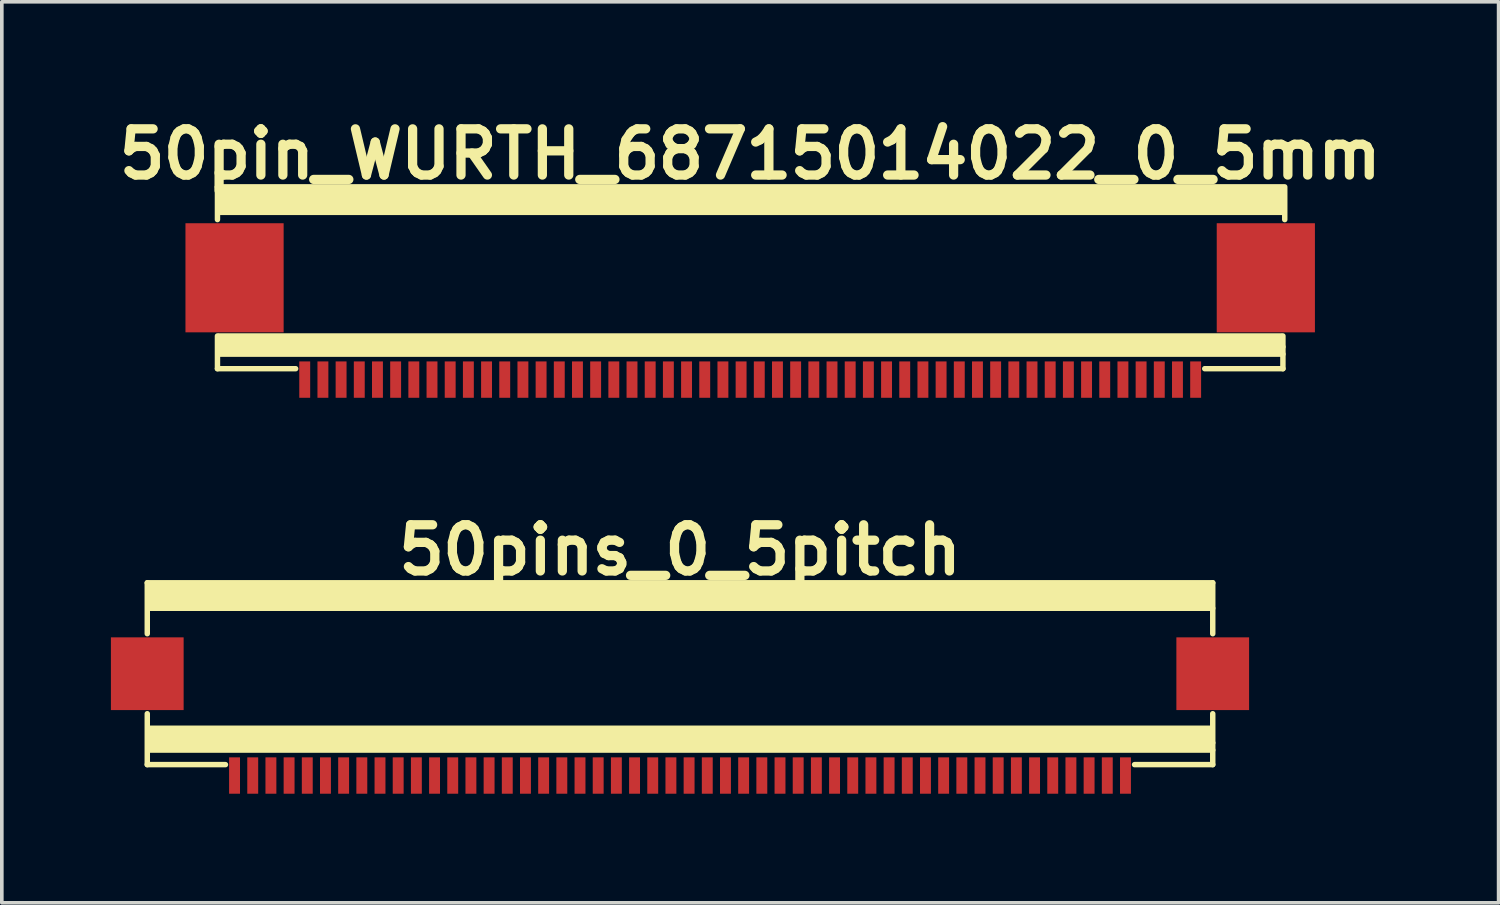
<source format=kicad_pcb>
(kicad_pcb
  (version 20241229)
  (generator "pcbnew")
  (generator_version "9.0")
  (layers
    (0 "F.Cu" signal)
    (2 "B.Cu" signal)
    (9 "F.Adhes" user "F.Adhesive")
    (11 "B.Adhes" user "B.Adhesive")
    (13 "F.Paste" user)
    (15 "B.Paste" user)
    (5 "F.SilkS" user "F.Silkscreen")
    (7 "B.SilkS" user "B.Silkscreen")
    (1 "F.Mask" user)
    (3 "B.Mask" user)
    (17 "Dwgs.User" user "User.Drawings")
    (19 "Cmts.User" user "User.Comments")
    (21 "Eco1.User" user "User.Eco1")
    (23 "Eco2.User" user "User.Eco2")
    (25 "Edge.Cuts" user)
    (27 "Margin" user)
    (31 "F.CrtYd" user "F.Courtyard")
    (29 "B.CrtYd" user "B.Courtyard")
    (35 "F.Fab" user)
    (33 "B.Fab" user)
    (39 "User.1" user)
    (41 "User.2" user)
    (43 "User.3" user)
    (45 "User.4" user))
  (footprint "50pins_0_5pitch"
    (layer "F.Cu")
    (at 15.65 15.477)
    (property "Reference" "50pins_0_5pitch" (at 0 -3.4 0) (layer "F.SilkS") (effects (font (size 1.27 1.27) (thickness 0.254))))
    (attr smd)
    (fp_line (start -14.65 -2.5) (end -14.65 -1.1) (stroke (width 0.15) (type solid)) (layer "F.SilkS"))
    (fp_line (start -14.65 2.5) (end -14.65 1.1) (stroke (width 0.15) (type solid)) (layer "F.SilkS"))
    (fp_line (start -14.65 2.5) (end -12.5 2.5) (stroke (width 0.15) (type solid)) (layer "F.SilkS"))
    (fp_line (start -14.6 -2.3) (end 14.6 -2.3) (stroke (width 0.15) (type solid)) (layer "F.SilkS"))
    (fp_line (start -14.6 -2.1) (end 14.6 -2.1) (stroke (width 0.15) (type solid)) (layer "F.SilkS"))
    (fp_line (start -14.6 -1.9) (end 14.6 -1.9) (stroke (width 0.15) (type solid)) (layer "F.SilkS"))
    (fp_line (start -14.6 1.6) (end 14.6 1.6) (stroke (width 0.15) (type solid)) (layer "F.SilkS"))
    (fp_line (start -14.6 1.8) (end 14.6 1.8) (stroke (width 0.15) (type solid)) (layer "F.SilkS"))
    (fp_line (start 14.6 -2.4) (end -14.6 -2.4) (stroke (width 0.15) (type solid)) (layer "F.SilkS"))
    (fp_line (start 14.6 -2.2) (end -14.6 -2.2) (stroke (width 0.15) (type solid)) (layer "F.SilkS"))
    (fp_line (start 14.6 -2) (end -14.6 -2) (stroke (width 0.15) (type solid)) (layer "F.SilkS"))
    (fp_line (start 14.6 1.5) (end -14.6 1.5) (stroke (width 0.15) (type solid)) (layer "F.SilkS"))
    (fp_line (start 14.6 1.7) (end -14.6 1.7) (stroke (width 0.15) (type solid)) (layer "F.SilkS"))
    (fp_line (start 14.6 2) (end -14.6 2) (stroke (width 0.15) (type solid)) (layer "F.SilkS"))
    (fp_line (start 14.65 -2.5) (end -14.65 -2.5) (stroke (width 0.15) (type solid)) (layer "F.SilkS"))
    (fp_line (start 14.65 -2.5) (end 14.65 -1.1) (stroke (width 0.15) (type solid)) (layer "F.SilkS"))
    (fp_line (start 14.65 -1.8) (end -14.6 -1.8) (stroke (width 0.15) (type solid)) (layer "F.SilkS"))
    (fp_line (start 14.65 1.9) (end -14.6 1.9) (stroke (width 0.15) (type solid)) (layer "F.SilkS"))
    (fp_line (start 14.65 2.1) (end -14.6 2.1) (stroke (width 0.15) (type solid)) (layer "F.SilkS"))
    (fp_line (start 14.65 2.5) (end 12.5 2.5) (stroke (width 0.15) (type solid)) (layer "F.SilkS"))
    (fp_line (start 14.65 2.5) (end 14.65 1.1) (stroke (width 0.15) (type solid)) (layer "F.SilkS"))
    (pad "0" smd rect (at -14.65 0) (size 2 2) (layers "F.Cu" "F.Mask" "F.Paste"))
    (pad "0" smd rect (at 14.65 0) (size 2 2) (layers "F.Cu" "F.Mask" "F.Paste"))
    (pad "1" smd rect (at -12.25 2.8) (size 0.3 1) (layers "F.Cu" "F.Mask" "F.Paste"))
    (pad "2" smd rect (at -11.75 2.8) (size 0.3 1) (layers "F.Cu" "F.Mask" "F.Paste"))
    (pad "3" smd rect (at -11.25 2.8) (size 0.3 1) (layers "F.Cu" "F.Mask" "F.Paste"))
    (pad "4" smd rect (at -10.75 2.8) (size 0.3 1) (layers "F.Cu" "F.Mask" "F.Paste"))
    (pad "5" smd rect (at -10.25 2.8) (size 0.3 1) (layers "F.Cu" "F.Mask" "F.Paste"))
    (pad "6" smd rect (at -9.75 2.8) (size 0.3 1) (layers "F.Cu" "F.Mask" "F.Paste"))
    (pad "7" smd rect (at -9.25 2.8) (size 0.3 1) (layers "F.Cu" "F.Mask" "F.Paste"))
    (pad "8" smd rect (at -8.75 2.8) (size 0.3 1) (layers "F.Cu" "F.Mask" "F.Paste"))
    (pad "9" smd rect (at -8.25 2.8) (size 0.3 1) (layers "F.Cu" "F.Mask" "F.Paste"))
    (pad "10" smd rect (at -7.75 2.8) (size 0.3 1) (layers "F.Cu" "F.Mask" "F.Paste"))
    (pad "11" smd rect (at -7.25 2.8) (size 0.3 1) (layers "F.Cu" "F.Mask" "F.Paste"))
    (pad "12" smd rect (at -6.75 2.8) (size 0.3 1) (layers "F.Cu" "F.Mask" "F.Paste"))
    (pad "13" smd rect (at -6.25 2.8) (size 0.3 1) (layers "F.Cu" "F.Mask" "F.Paste"))
    (pad "14" smd rect (at -5.75 2.8) (size 0.3 1) (layers "F.Cu" "F.Mask" "F.Paste"))
    (pad "15" smd rect (at -5.25 2.8) (size 0.3 1) (layers "F.Cu" "F.Mask" "F.Paste"))
    (pad "16" smd rect (at -4.75 2.8) (size 0.3 1) (layers "F.Cu" "F.Mask" "F.Paste"))
    (pad "17" smd rect (at -4.25 2.8) (size 0.3 1) (layers "F.Cu" "F.Mask" "F.Paste"))
    (pad "18" smd rect (at -3.75 2.8) (size 0.3 1) (layers "F.Cu" "F.Mask" "F.Paste"))
    (pad "19" smd rect (at -3.25 2.8) (size 0.3 1) (layers "F.Cu" "F.Mask" "F.Paste"))
    (pad "20" smd rect (at -2.75 2.8) (size 0.3 1) (layers "F.Cu" "F.Mask" "F.Paste"))
    (pad "21" smd rect (at -2.25 2.8) (size 0.3 1) (layers "F.Cu" "F.Mask" "F.Paste"))
    (pad "22" smd rect (at -1.75 2.8) (size 0.3 1) (layers "F.Cu" "F.Mask" "F.Paste"))
    (pad "23" smd rect (at -1.25 2.8) (size 0.3 1) (layers "F.Cu" "F.Mask" "F.Paste"))
    (pad "24" smd rect (at -0.75 2.8) (size 0.3 1) (layers "F.Cu" "F.Mask" "F.Paste"))
    (pad "25" smd rect (at -0.25 2.8) (size 0.3 1) (layers "F.Cu" "F.Mask" "F.Paste"))
    (pad "26" smd rect (at 0.25 2.8) (size 0.3 1) (layers "F.Cu" "F.Mask" "F.Paste"))
    (pad "27" smd rect (at 0.75 2.8) (size 0.3 1) (layers "F.Cu" "F.Mask" "F.Paste"))
    (pad "28" smd rect (at 1.25 2.8) (size 0.3 1) (layers "F.Cu" "F.Mask" "F.Paste"))
    (pad "29" smd rect (at 1.75 2.8) (size 0.3 1) (layers "F.Cu" "F.Mask" "F.Paste"))
    (pad "30" smd rect (at 2.25 2.8) (size 0.3 1) (layers "F.Cu" "F.Mask" "F.Paste"))
    (pad "31" smd rect (at 2.75 2.8) (size 0.3 1) (layers "F.Cu" "F.Mask" "F.Paste"))
    (pad "32" smd rect (at 3.25 2.8) (size 0.3 1) (layers "F.Cu" "F.Mask" "F.Paste"))
    (pad "33" smd rect (at 3.75 2.8) (size 0.3 1) (layers "F.Cu" "F.Mask" "F.Paste"))
    (pad "34" smd rect (at 4.25 2.8) (size 0.3 1) (layers "F.Cu" "F.Mask" "F.Paste"))
    (pad "35" smd rect (at 4.75 2.8) (size 0.3 1) (layers "F.Cu" "F.Mask" "F.Paste"))
    (pad "36" smd rect (at 5.25 2.8) (size 0.3 1) (layers "F.Cu" "F.Mask" "F.Paste"))
    (pad "37" smd rect (at 5.75 2.8) (size 0.3 1) (layers "F.Cu" "F.Mask" "F.Paste"))
    (pad "38" smd rect (at 6.25 2.8) (size 0.3 1) (layers "F.Cu" "F.Mask" "F.Paste"))
    (pad "39" smd rect (at 6.75 2.8) (size 0.3 1) (layers "F.Cu" "F.Mask" "F.Paste"))
    (pad "40" smd rect (at 7.25 2.8) (size 0.3 1) (layers "F.Cu" "F.Mask" "F.Paste"))
    (pad "41" smd rect (at 7.75 2.8) (size 0.3 1) (layers "F.Cu" "F.Mask" "F.Paste"))
    (pad "42" smd rect (at 8.25 2.8) (size 0.3 1) (layers "F.Cu" "F.Mask" "F.Paste"))
    (pad "43" smd rect (at 8.75 2.8) (size 0.3 1) (layers "F.Cu" "F.Mask" "F.Paste"))
    (pad "44" smd rect (at 9.25 2.8) (size 0.3 1) (layers "F.Cu" "F.Mask" "F.Paste"))
    (pad "45" smd rect (at 9.75 2.8) (size 0.3 1) (layers "F.Cu" "F.Mask" "F.Paste"))
    (pad "46" smd rect (at 10.25 2.8) (size 0.3 1) (layers "F.Cu" "F.Mask" "F.Paste"))
    (pad "47" smd rect (at 10.75 2.8) (size 0.3 1) (layers "F.Cu" "F.Mask" "F.Paste"))
    (pad "48" smd rect (at 11.25 2.8) (size 0.3 1) (layers "F.Cu" "F.Mask" "F.Paste"))
    (pad "49" smd rect (at 11.75 2.8) (size 0.3 1) (layers "F.Cu" "F.Mask" "F.Paste"))
    (pad "50" smd rect (at 12.25 2.8) (size 0.3 1) (layers "F.Cu" "F.Mask" "F.Paste")))
  (footprint "50pin_WURTH_68715014022_0_5mm"
    (layer "F.Cu")
    (at 17.58 4.589)
    (property "Reference" "50pin_WURTH_68715014022_0_5mm" (at 0 -3.4 0) (layer "F.SilkS") (effects (font (size 1.27 1.27) (thickness 0.254))))
    (attr through_hole)
    (fp_line (start -14.65 -2.5) (end -14.65 -1.6) (stroke (width 0.15) (type solid)) (layer "F.SilkS"))
    (fp_line (start -14.65 2.5) (end -14.65 1.6) (stroke (width 0.15) (type solid)) (layer "F.SilkS"))
    (fp_line (start -14.65 2.5) (end -12.5 2.5) (stroke (width 0.15) (type solid)) (layer "F.SilkS"))
    (fp_line (start -14.6 -2.3) (end 14.6 -2.3) (stroke (width 0.15) (type solid)) (layer "F.SilkS"))
    (fp_line (start -14.6 -2.1) (end 14.6 -2.1) (stroke (width 0.15) (type solid)) (layer "F.SilkS"))
    (fp_line (start -14.6 -1.9) (end 14.6 -1.9) (stroke (width 0.15) (type solid)) (layer "F.SilkS"))
    (fp_line (start -14.6 1.6) (end 14.6 1.6) (stroke (width 0.15) (type solid)) (layer "F.SilkS"))
    (fp_line (start -14.6 1.8) (end 14.6 1.8) (stroke (width 0.15) (type solid)) (layer "F.SilkS"))
    (fp_line (start 14.6 -2.4) (end -14.6 -2.4) (stroke (width 0.15) (type solid)) (layer "F.SilkS"))
    (fp_line (start 14.6 -2.2) (end -14.6 -2.2) (stroke (width 0.15) (type solid)) (layer "F.SilkS"))
    (fp_line (start 14.6 -2) (end -14.6 -2) (stroke (width 0.15) (type solid)) (layer "F.SilkS"))
    (fp_line (start 14.6 1.7) (end -14.6 1.7) (stroke (width 0.15) (type solid)) (layer "F.SilkS"))
    (fp_line (start 14.6 2) (end -14.6 2) (stroke (width 0.15) (type solid)) (layer "F.SilkS"))
    (fp_line (start 14.65 -2.5) (end -14.65 -2.5) (stroke (width 0.15) (type solid)) (layer "F.SilkS"))
    (fp_line (start 14.65 -1.8) (end -14.6 -1.8) (stroke (width 0.15) (type solid)) (layer "F.SilkS"))
    (fp_line (start 14.65 1.9) (end -14.6 1.9) (stroke (width 0.15) (type solid)) (layer "F.SilkS"))
    (fp_line (start 14.65 2.1) (end -14.6 2.1) (stroke (width 0.15) (type solid)) (layer "F.SilkS"))
    (fp_line (start 14.65 2.5) (end 12.5 2.5) (stroke (width 0.15) (type solid)) (layer "F.SilkS"))
    (fp_line (start 14.65 2.5) (end 14.65 1.6) (stroke (width 0.15) (type solid)) (layer "F.SilkS"))
    (fp_line (start 14.7 -2.5) (end 14.7 -1.6) (stroke (width 0.15) (type solid)) (layer "F.SilkS"))
    (pad "0" smd rect (at -14.18 0) (size 2.7 3) (layers "F.Cu" "F.Mask" "F.Paste"))
    (pad "0" smd rect (at 14.18 0) (size 2.7 3) (layers "F.Cu" "F.Mask" "F.Paste"))
    (pad "1" smd rect (at -12.25 2.8) (size 0.3 1) (layers "F.Cu" "F.Mask" "F.Paste"))
    (pad "2" smd rect (at -11.75 2.8) (size 0.3 1) (layers "F.Cu" "F.Mask" "F.Paste"))
    (pad "3" smd rect (at -11.25 2.8) (size 0.3 1) (layers "F.Cu" "F.Mask" "F.Paste"))
    (pad "4" smd rect (at -10.75 2.8) (size 0.3 1) (layers "F.Cu" "F.Mask" "F.Paste"))
    (pad "5" smd rect (at -10.25 2.8) (size 0.3 1) (layers "F.Cu" "F.Mask" "F.Paste"))
    (pad "6" smd rect (at -9.75 2.8) (size 0.3 1) (layers "F.Cu" "F.Mask" "F.Paste"))
    (pad "7" smd rect (at -9.25 2.8) (size 0.3 1) (layers "F.Cu" "F.Mask" "F.Paste"))
    (pad "8" smd rect (at -8.75 2.8) (size 0.3 1) (layers "F.Cu" "F.Mask" "F.Paste"))
    (pad "9" smd rect (at -8.25 2.8) (size 0.3 1) (layers "F.Cu" "F.Mask" "F.Paste"))
    (pad "10" smd rect (at -7.75 2.8) (size 0.3 1) (layers "F.Cu" "F.Mask" "F.Paste"))
    (pad "11" smd rect (at -7.25 2.8) (size 0.3 1) (layers "F.Cu" "F.Mask" "F.Paste"))
    (pad "12" smd rect (at -6.75 2.8) (size 0.3 1) (layers "F.Cu" "F.Mask" "F.Paste"))
    (pad "13" smd rect (at -6.25 2.8) (size 0.3 1) (layers "F.Cu" "F.Mask" "F.Paste"))
    (pad "14" smd rect (at -5.75 2.8) (size 0.3 1) (layers "F.Cu" "F.Mask" "F.Paste"))
    (pad "15" smd rect (at -5.25 2.8) (size 0.3 1) (layers "F.Cu" "F.Mask" "F.Paste"))
    (pad "16" smd rect (at -4.75 2.8) (size 0.3 1) (layers "F.Cu" "F.Mask" "F.Paste"))
    (pad "17" smd rect (at -4.25 2.8) (size 0.3 1) (layers "F.Cu" "F.Mask" "F.Paste"))
    (pad "18" smd rect (at -3.75 2.8) (size 0.3 1) (layers "F.Cu" "F.Mask" "F.Paste"))
    (pad "19" smd rect (at -3.25 2.8) (size 0.3 1) (layers "F.Cu" "F.Mask" "F.Paste"))
    (pad "20" smd rect (at -2.75 2.8) (size 0.3 1) (layers "F.Cu" "F.Mask" "F.Paste"))
    (pad "21" smd rect (at -2.25 2.8) (size 0.3 1) (layers "F.Cu" "F.Mask" "F.Paste"))
    (pad "22" smd rect (at -1.75 2.8) (size 0.3 1) (layers "F.Cu" "F.Mask" "F.Paste"))
    (pad "23" smd rect (at -1.25 2.8) (size 0.3 1) (layers "F.Cu" "F.Mask" "F.Paste"))
    (pad "24" smd rect (at -0.75 2.8) (size 0.3 1) (layers "F.Cu" "F.Mask" "F.Paste"))
    (pad "25" smd rect (at -0.25 2.8) (size 0.3 1) (layers "F.Cu" "F.Mask" "F.Paste"))
    (pad "26" smd rect (at 0.25 2.8) (size 0.3 1) (layers "F.Cu" "F.Mask" "F.Paste"))
    (pad "27" smd rect (at 0.75 2.8) (size 0.3 1) (layers "F.Cu" "F.Mask" "F.Paste"))
    (pad "28" smd rect (at 1.25 2.8) (size 0.3 1) (layers "F.Cu" "F.Mask" "F.Paste"))
    (pad "29" smd rect (at 1.75 2.8) (size 0.3 1) (layers "F.Cu" "F.Mask" "F.Paste"))
    (pad "30" smd rect (at 2.25 2.8) (size 0.3 1) (layers "F.Cu" "F.Mask" "F.Paste"))
    (pad "31" smd rect (at 2.75 2.8) (size 0.3 1) (layers "F.Cu" "F.Mask" "F.Paste"))
    (pad "32" smd rect (at 3.25 2.8) (size 0.3 1) (layers "F.Cu" "F.Mask" "F.Paste"))
    (pad "33" smd rect (at 3.75 2.8) (size 0.3 1) (layers "F.Cu" "F.Mask" "F.Paste"))
    (pad "34" smd rect (at 4.25 2.8) (size 0.3 1) (layers "F.Cu" "F.Mask" "F.Paste"))
    (pad "35" smd rect (at 4.75 2.8) (size 0.3 1) (layers "F.Cu" "F.Mask" "F.Paste"))
    (pad "36" smd rect (at 5.25 2.8) (size 0.3 1) (layers "F.Cu" "F.Mask" "F.Paste"))
    (pad "37" smd rect (at 5.75 2.8) (size 0.3 1) (layers "F.Cu" "F.Mask" "F.Paste"))
    (pad "38" smd rect (at 6.25 2.8) (size 0.3 1) (layers "F.Cu" "F.Mask" "F.Paste"))
    (pad "39" smd rect (at 6.75 2.8) (size 0.3 1) (layers "F.Cu" "F.Mask" "F.Paste"))
    (pad "40" smd rect (at 7.25 2.8) (size 0.3 1) (layers "F.Cu" "F.Mask" "F.Paste"))
    (pad "41" smd rect (at 7.75 2.8) (size 0.3 1) (layers "F.Cu" "F.Mask" "F.Paste"))
    (pad "42" smd rect (at 8.25 2.8) (size 0.3 1) (layers "F.Cu" "F.Mask" "F.Paste"))
    (pad "43" smd rect (at 8.75 2.8) (size 0.3 1) (layers "F.Cu" "F.Mask" "F.Paste"))
    (pad "44" smd rect (at 9.25 2.8) (size 0.3 1) (layers "F.Cu" "F.Mask" "F.Paste"))
    (pad "45" smd rect (at 9.75 2.8) (size 0.3 1) (layers "F.Cu" "F.Mask" "F.Paste"))
    (pad "46" smd rect (at 10.25 2.8) (size 0.3 1) (layers "F.Cu" "F.Mask" "F.Paste"))
    (pad "47" smd rect (at 10.75 2.8) (size 0.3 1) (layers "F.Cu" "F.Mask" "F.Paste"))
    (pad "48" smd rect (at 11.25 2.8) (size 0.3 1) (layers "F.Cu" "F.Mask" "F.Paste"))
    (pad "49" smd rect (at 11.75 2.8) (size 0.3 1) (layers "F.Cu" "F.Mask" "F.Paste"))
    (pad "50" smd rect (at 12.25 2.8) (size 0.3 1) (layers "F.Cu" "F.Mask" "F.Paste")))
  (gr_rect
    (start -3 -3)
    (end 38.161 21.777)
    (stroke (width 0.1) (type default))
    (fill no)
    (layer "Edge.Cuts")))
</source>
